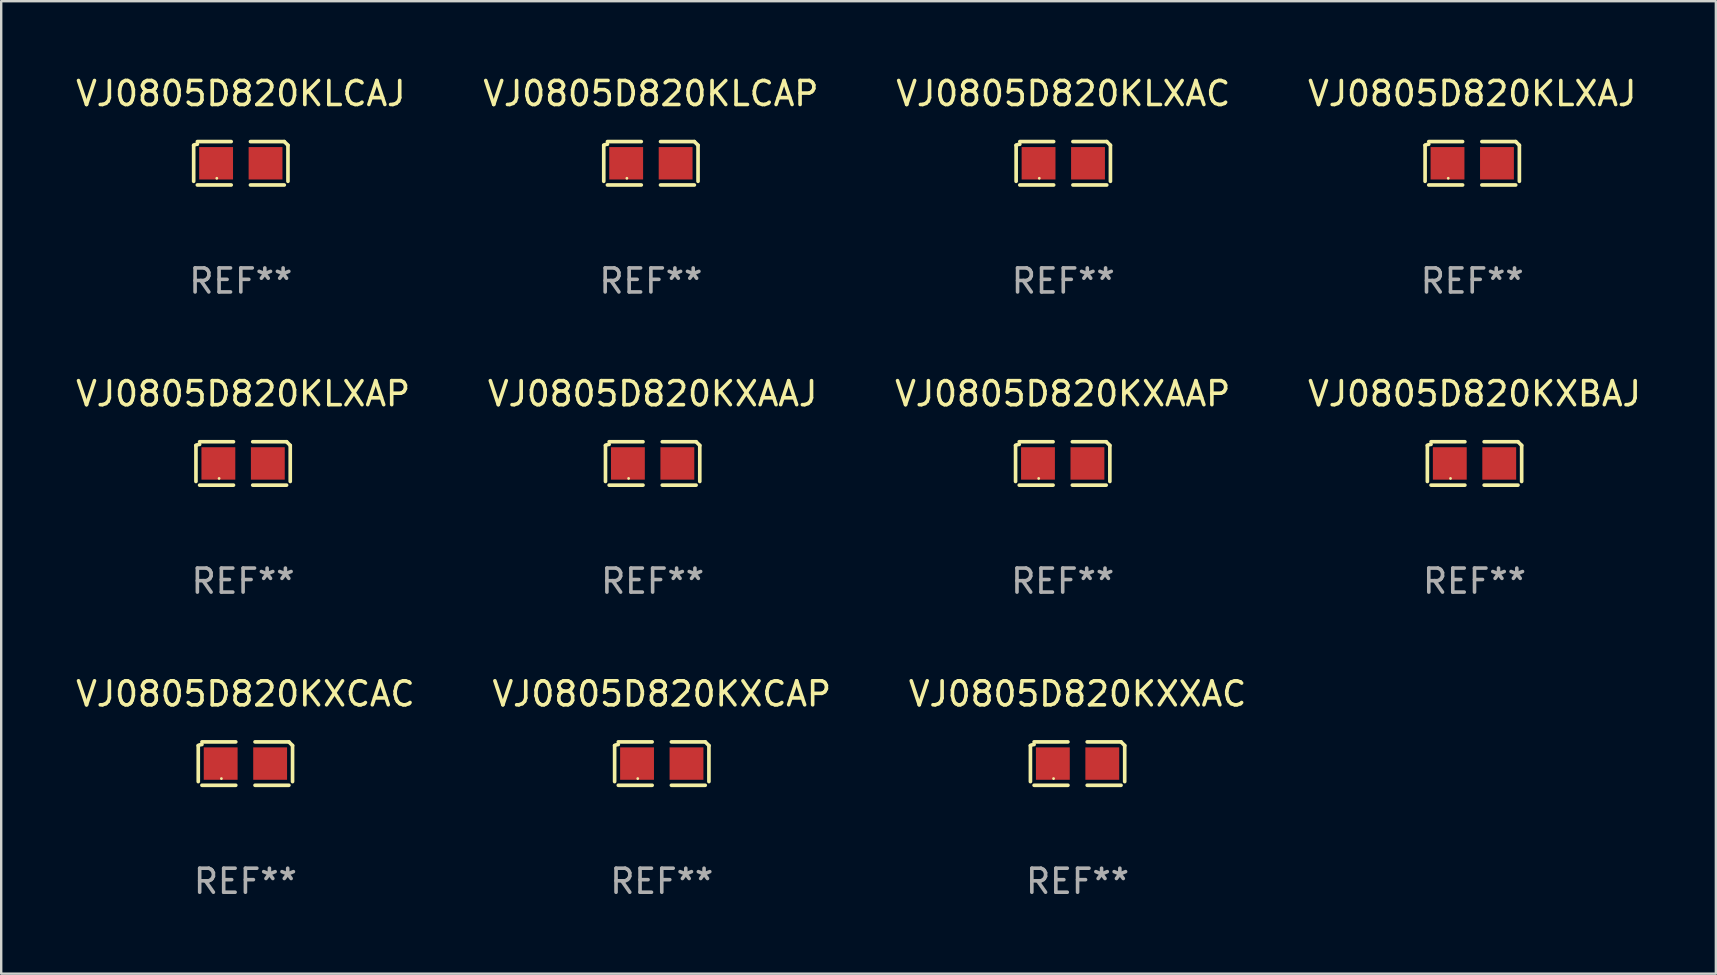
<source format=kicad_pcb>
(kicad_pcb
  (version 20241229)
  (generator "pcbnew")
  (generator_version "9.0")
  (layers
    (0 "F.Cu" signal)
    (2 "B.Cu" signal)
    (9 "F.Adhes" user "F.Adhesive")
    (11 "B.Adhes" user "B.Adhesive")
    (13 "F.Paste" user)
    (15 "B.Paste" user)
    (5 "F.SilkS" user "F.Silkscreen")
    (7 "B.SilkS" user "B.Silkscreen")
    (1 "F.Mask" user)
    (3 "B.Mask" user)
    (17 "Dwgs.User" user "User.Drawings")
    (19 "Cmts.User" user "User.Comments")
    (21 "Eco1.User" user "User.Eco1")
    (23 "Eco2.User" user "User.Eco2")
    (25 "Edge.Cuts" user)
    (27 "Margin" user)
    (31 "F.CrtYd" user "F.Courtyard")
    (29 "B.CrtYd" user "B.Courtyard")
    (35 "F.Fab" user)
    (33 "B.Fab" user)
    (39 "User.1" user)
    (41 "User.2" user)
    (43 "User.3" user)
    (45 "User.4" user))
  (footprint "VJ0805D820KXAAJ"
    (layer "F.Cu")
    (at 24.137 16.256)
    (property "Reference" "VJ0805D820KXAAJ" (at 0 -2.904 0) (layer "F.SilkS") (effects (font (size 1 1) (thickness 0.15))))
    (attr through_hole)
    (fp_line (start -1.964 0.751) (end -1.964 -0.751) (stroke (width 0.152) (type solid)) (layer "F.SilkS"))
    (fp_line (start -1.811 -0.904) (end -0.401 -0.904) (stroke (width 0.152) (type solid)) (layer "F.SilkS"))
    (fp_line (start -0.401 0.904) (end -1.811 0.904) (stroke (width 0.152) (type solid)) (layer "F.SilkS"))
    (fp_line (start 0.401 0.904) (end 1.811 0.904) (stroke (width 0.152) (type solid)) (layer "F.SilkS"))
    (fp_line (start 1.811 -0.904) (end 0.401 -0.904) (stroke (width 0.152) (type solid)) (layer "F.SilkS"))
    (fp_line (start 1.964 0.751) (end 1.964 -0.751) (stroke (width 0.152) (type solid)) (layer "F.SilkS"))
    (fp_arc (start -1.963602 -0.751207) (mid -1.890354 -0.783131) (end -1.811201 -0.794044) (stroke (width 0.1524) (type solid)) (layer "F.SilkS"))
    (fp_arc (start 1.811202 -0.903607) (mid 1.887413 -0.827418) (end 1.963602 -0.751207) (stroke (width 0.1524) (type solid)) (layer "F.SilkS"))
    (fp_circle (center -1 0.625) (end -0.97 0.625) (stroke (width 0.06) (type solid)) (fill no) (layer "F.SilkS"))
    (fp_text user "REF**" (at 0 4.904 0) (layer "F.Fab") (effects (font (size 1 1) (thickness 0.15))))
    (pad "1" smd rect (at -1.03 0) (size 1.41 1.35) (layers "F.Cu" "F.Mask" "F.Paste"))
    (pad "2" smd rect (at 1.03 0) (size 1.41 1.35) (layers "F.Cu" "F.Mask" "F.Paste")))
  (footprint "VJ0805D820KXAAP"
    (layer "F.Cu")
    (at 41.22 16.256)
    (property "Reference" "VJ0805D820KXAAP" (at 0 -2.904 0) (layer "F.SilkS") (effects (font (size 1 1) (thickness 0.15))))
    (attr through_hole)
    (fp_line (start -1.964 0.751) (end -1.964 -0.751) (stroke (width 0.152) (type solid)) (layer "F.SilkS"))
    (fp_line (start -1.811 -0.904) (end -0.401 -0.904) (stroke (width 0.152) (type solid)) (layer "F.SilkS"))
    (fp_line (start -0.401 0.904) (end -1.811 0.904) (stroke (width 0.152) (type solid)) (layer "F.SilkS"))
    (fp_line (start 0.401 0.904) (end 1.811 0.904) (stroke (width 0.152) (type solid)) (layer "F.SilkS"))
    (fp_line (start 1.811 -0.904) (end 0.401 -0.904) (stroke (width 0.152) (type solid)) (layer "F.SilkS"))
    (fp_line (start 1.964 0.751) (end 1.964 -0.751) (stroke (width 0.152) (type solid)) (layer "F.SilkS"))
    (fp_arc (start -1.963602 -0.751207) (mid -1.890354 -0.783131) (end -1.811201 -0.794044) (stroke (width 0.1524) (type solid)) (layer "F.SilkS"))
    (fp_arc (start 1.811202 -0.903607) (mid 1.887413 -0.827418) (end 1.963602 -0.751207) (stroke (width 0.1524) (type solid)) (layer "F.SilkS"))
    (fp_circle (center -1 0.625) (end -0.97 0.625) (stroke (width 0.06) (type solid)) (fill no) (layer "F.SilkS"))
    (fp_text user "REF**" (at 0 4.904 0) (layer "F.Fab") (effects (font (size 1 1) (thickness 0.15))))
    (pad "1" smd rect (at -1.03 0) (size 1.41 1.35) (layers "F.Cu" "F.Mask" "F.Paste"))
    (pad "2" smd rect (at 1.03 0) (size 1.41 1.35) (layers "F.Cu" "F.Mask" "F.Paste")))
  (footprint "VJ0805D820KXXAC"
    (layer "F.Cu")
    (at 41.839 28.759)
    (property "Reference" "VJ0805D820KXXAC" (at 0 -2.904 0) (layer "F.SilkS") (effects (font (size 1 1) (thickness 0.15))))
    (attr through_hole)
    (fp_line (start -1.964 0.751) (end -1.964 -0.751) (stroke (width 0.152) (type solid)) (layer "F.SilkS"))
    (fp_line (start -1.811 -0.904) (end -0.401 -0.904) (stroke (width 0.152) (type solid)) (layer "F.SilkS"))
    (fp_line (start -0.401 0.904) (end -1.811 0.904) (stroke (width 0.152) (type solid)) (layer "F.SilkS"))
    (fp_line (start 0.401 0.904) (end 1.811 0.904) (stroke (width 0.152) (type solid)) (layer "F.SilkS"))
    (fp_line (start 1.811 -0.904) (end 0.401 -0.904) (stroke (width 0.152) (type solid)) (layer "F.SilkS"))
    (fp_line (start 1.964 0.751) (end 1.964 -0.751) (stroke (width 0.152) (type solid)) (layer "F.SilkS"))
    (fp_arc (start -1.963602 -0.751207) (mid -1.890354 -0.783131) (end -1.811201 -0.794044) (stroke (width 0.1524) (type solid)) (layer "F.SilkS"))
    (fp_arc (start 1.811202 -0.903607) (mid 1.887413 -0.827418) (end 1.963602 -0.751207) (stroke (width 0.1524) (type solid)) (layer "F.SilkS"))
    (fp_circle (center -1 0.625) (end -0.97 0.625) (stroke (width 0.06) (type solid)) (fill no) (layer "F.SilkS"))
    (fp_text user "REF**" (at 0 4.904 0) (layer "F.Fab") (effects (font (size 1 1) (thickness 0.15))))
    (pad "1" smd rect (at -1.03 0) (size 1.41 1.35) (layers "F.Cu" "F.Mask" "F.Paste"))
    (pad "2" smd rect (at 1.03 0) (size 1.41 1.35) (layers "F.Cu" "F.Mask" "F.Paste")))
  (footprint "VJ0805D820KXBAJ"
    (layer "F.Cu")
    (at 58.375 16.256)
    (property "Reference" "VJ0805D820KXBAJ" (at 0 -2.904 0) (layer "F.SilkS") (effects (font (size 1 1) (thickness 0.15))))
    (attr through_hole)
    (fp_line (start -1.964 0.751) (end -1.964 -0.751) (stroke (width 0.152) (type solid)) (layer "F.SilkS"))
    (fp_line (start -1.811 -0.904) (end -0.401 -0.904) (stroke (width 0.152) (type solid)) (layer "F.SilkS"))
    (fp_line (start -0.401 0.904) (end -1.811 0.904) (stroke (width 0.152) (type solid)) (layer "F.SilkS"))
    (fp_line (start 0.401 0.904) (end 1.811 0.904) (stroke (width 0.152) (type solid)) (layer "F.SilkS"))
    (fp_line (start 1.811 -0.904) (end 0.401 -0.904) (stroke (width 0.152) (type solid)) (layer "F.SilkS"))
    (fp_line (start 1.964 0.751) (end 1.964 -0.751) (stroke (width 0.152) (type solid)) (layer "F.SilkS"))
    (fp_arc (start -1.963602 -0.751207) (mid -1.890354 -0.783131) (end -1.811201 -0.794044) (stroke (width 0.1524) (type solid)) (layer "F.SilkS"))
    (fp_arc (start 1.811202 -0.903607) (mid 1.887413 -0.827418) (end 1.963602 -0.751207) (stroke (width 0.1524) (type solid)) (layer "F.SilkS"))
    (fp_circle (center -1 0.625) (end -0.97 0.625) (stroke (width 0.06) (type solid)) (fill no) (layer "F.SilkS"))
    (fp_text user "REF**" (at 0 4.904 0) (layer "F.Fab") (effects (font (size 1 1) (thickness 0.15))))
    (pad "1" smd rect (at -1.03 0) (size 1.41 1.35) (layers "F.Cu" "F.Mask" "F.Paste"))
    (pad "2" smd rect (at 1.03 0) (size 1.41 1.35) (layers "F.Cu" "F.Mask" "F.Paste")))
  (footprint "VJ0805D820KLCAJ"
    (layer "F.Cu")
    (at 6.982 3.752)
    (property "Reference" "VJ0805D820KLCAJ" (at 0 -2.904 0) (layer "F.SilkS") (effects (font (size 1 1) (thickness 0.15))))
    (attr through_hole)
    (fp_line (start -1.964 0.751) (end -1.964 -0.751) (stroke (width 0.152) (type solid)) (layer "F.SilkS"))
    (fp_line (start -1.811 -0.904) (end -0.401 -0.904) (stroke (width 0.152) (type solid)) (layer "F.SilkS"))
    (fp_line (start -0.401 0.904) (end -1.811 0.904) (stroke (width 0.152) (type solid)) (layer "F.SilkS"))
    (fp_line (start 0.401 0.904) (end 1.811 0.904) (stroke (width 0.152) (type solid)) (layer "F.SilkS"))
    (fp_line (start 1.811 -0.904) (end 0.401 -0.904) (stroke (width 0.152) (type solid)) (layer "F.SilkS"))
    (fp_line (start 1.964 0.751) (end 1.964 -0.751) (stroke (width 0.152) (type solid)) (layer "F.SilkS"))
    (fp_arc (start -1.963602 -0.751207) (mid -1.890354 -0.783131) (end -1.811201 -0.794044) (stroke (width 0.1524) (type solid)) (layer "F.SilkS"))
    (fp_arc (start 1.811202 -0.903607) (mid 1.887413 -0.827418) (end 1.963602 -0.751207) (stroke (width 0.1524) (type solid)) (layer "F.SilkS"))
    (fp_circle (center -1 0.625) (end -0.97 0.625) (stroke (width 0.06) (type solid)) (fill no) (layer "F.SilkS"))
    (fp_text user "REF**" (at 0 4.904 0) (layer "F.Fab") (effects (font (size 1 1) (thickness 0.15))))
    (pad "1" smd rect (at -1.03 0) (size 1.41 1.35) (layers "F.Cu" "F.Mask" "F.Paste"))
    (pad "2" smd rect (at 1.03 0) (size 1.41 1.35) (layers "F.Cu" "F.Mask" "F.Paste")))
  (footprint "VJ0805D820KLCAP"
    (layer "F.Cu")
    (at 24.065 3.752)
    (property "Reference" "VJ0805D820KLCAP" (at 0 -2.904 0) (layer "F.SilkS") (effects (font (size 1 1) (thickness 0.15))))
    (attr through_hole)
    (fp_line (start -1.964 0.751) (end -1.964 -0.751) (stroke (width 0.152) (type solid)) (layer "F.SilkS"))
    (fp_line (start -1.811 -0.904) (end -0.401 -0.904) (stroke (width 0.152) (type solid)) (layer "F.SilkS"))
    (fp_line (start -0.401 0.904) (end -1.811 0.904) (stroke (width 0.152) (type solid)) (layer "F.SilkS"))
    (fp_line (start 0.401 0.904) (end 1.811 0.904) (stroke (width 0.152) (type solid)) (layer "F.SilkS"))
    (fp_line (start 1.811 -0.904) (end 0.401 -0.904) (stroke (width 0.152) (type solid)) (layer "F.SilkS"))
    (fp_line (start 1.964 0.751) (end 1.964 -0.751) (stroke (width 0.152) (type solid)) (layer "F.SilkS"))
    (fp_arc (start -1.963602 -0.751207) (mid -1.890354 -0.783131) (end -1.811201 -0.794044) (stroke (width 0.1524) (type solid)) (layer "F.SilkS"))
    (fp_arc (start 1.811202 -0.903607) (mid 1.887413 -0.827418) (end 1.963602 -0.751207) (stroke (width 0.1524) (type solid)) (layer "F.SilkS"))
    (fp_circle (center -1 0.625) (end -0.97 0.625) (stroke (width 0.06) (type solid)) (fill no) (layer "F.SilkS"))
    (fp_text user "REF**" (at 0 4.904 0) (layer "F.Fab") (effects (font (size 1 1) (thickness 0.15))))
    (pad "1" smd rect (at -1.03 0) (size 1.41 1.35) (layers "F.Cu" "F.Mask" "F.Paste"))
    (pad "2" smd rect (at 1.03 0) (size 1.41 1.35) (layers "F.Cu" "F.Mask" "F.Paste")))
  (footprint "VJ0805D820KLXAC"
    (layer "F.Cu")
    (at 41.244 3.752)
    (property "Reference" "VJ0805D820KLXAC" (at 0 -2.904 0) (layer "F.SilkS") (effects (font (size 1 1) (thickness 0.15))))
    (attr through_hole)
    (fp_line (start -1.964 0.751) (end -1.964 -0.751) (stroke (width 0.152) (type solid)) (layer "F.SilkS"))
    (fp_line (start -1.811 -0.904) (end -0.401 -0.904) (stroke (width 0.152) (type solid)) (layer "F.SilkS"))
    (fp_line (start -0.401 0.904) (end -1.811 0.904) (stroke (width 0.152) (type solid)) (layer "F.SilkS"))
    (fp_line (start 0.401 0.904) (end 1.811 0.904) (stroke (width 0.152) (type solid)) (layer "F.SilkS"))
    (fp_line (start 1.811 -0.904) (end 0.401 -0.904) (stroke (width 0.152) (type solid)) (layer "F.SilkS"))
    (fp_line (start 1.964 0.751) (end 1.964 -0.751) (stroke (width 0.152) (type solid)) (layer "F.SilkS"))
    (fp_arc (start -1.963602 -0.751207) (mid -1.890354 -0.783131) (end -1.811201 -0.794044) (stroke (width 0.1524) (type solid)) (layer "F.SilkS"))
    (fp_arc (start 1.811202 -0.903607) (mid 1.887413 -0.827418) (end 1.963602 -0.751207) (stroke (width 0.1524) (type solid)) (layer "F.SilkS"))
    (fp_circle (center -1 0.625) (end -0.97 0.625) (stroke (width 0.06) (type solid)) (fill no) (layer "F.SilkS"))
    (fp_text user "REF**" (at 0 4.904 0) (layer "F.Fab") (effects (font (size 1 1) (thickness 0.15))))
    (pad "1" smd rect (at -1.03 0) (size 1.41 1.35) (layers "F.Cu" "F.Mask" "F.Paste"))
    (pad "2" smd rect (at 1.03 0) (size 1.41 1.35) (layers "F.Cu" "F.Mask" "F.Paste")))
  (footprint "VJ0805D820KLXAJ"
    (layer "F.Cu")
    (at 58.28 3.752)
    (property "Reference" "VJ0805D820KLXAJ" (at 0 -2.904 0) (layer "F.SilkS") (effects (font (size 1 1) (thickness 0.15))))
    (attr through_hole)
    (fp_line (start -1.964 0.751) (end -1.964 -0.751) (stroke (width 0.152) (type solid)) (layer "F.SilkS"))
    (fp_line (start -1.811 -0.904) (end -0.401 -0.904) (stroke (width 0.152) (type solid)) (layer "F.SilkS"))
    (fp_line (start -0.401 0.904) (end -1.811 0.904) (stroke (width 0.152) (type solid)) (layer "F.SilkS"))
    (fp_line (start 0.401 0.904) (end 1.811 0.904) (stroke (width 0.152) (type solid)) (layer "F.SilkS"))
    (fp_line (start 1.811 -0.904) (end 0.401 -0.904) (stroke (width 0.152) (type solid)) (layer "F.SilkS"))
    (fp_line (start 1.964 0.751) (end 1.964 -0.751) (stroke (width 0.152) (type solid)) (layer "F.SilkS"))
    (fp_arc (start -1.963602 -0.751207) (mid -1.890354 -0.783131) (end -1.811201 -0.794044) (stroke (width 0.1524) (type solid)) (layer "F.SilkS"))
    (fp_arc (start 1.811202 -0.903607) (mid 1.887413 -0.827418) (end 1.963602 -0.751207) (stroke (width 0.1524) (type solid)) (layer "F.SilkS"))
    (fp_circle (center -1 0.625) (end -0.97 0.625) (stroke (width 0.06) (type solid)) (fill no) (layer "F.SilkS"))
    (fp_text user "REF**" (at 0 4.904 0) (layer "F.Fab") (effects (font (size 1 1) (thickness 0.15))))
    (pad "1" smd rect (at -1.03 0) (size 1.41 1.35) (layers "F.Cu" "F.Mask" "F.Paste"))
    (pad "2" smd rect (at 1.03 0) (size 1.41 1.35) (layers "F.Cu" "F.Mask" "F.Paste")))
  (footprint "VJ0805D820KXCAP"
    (layer "F.Cu")
    (at 24.518 28.759)
    (property "Reference" "VJ0805D820KXCAP" (at 0 -2.904 0) (layer "F.SilkS") (effects (font (size 1 1) (thickness 0.15))))
    (attr through_hole)
    (fp_line (start -1.964 0.751) (end -1.964 -0.751) (stroke (width 0.152) (type solid)) (layer "F.SilkS"))
    (fp_line (start -1.811 -0.904) (end -0.401 -0.904) (stroke (width 0.152) (type solid)) (layer "F.SilkS"))
    (fp_line (start -0.401 0.904) (end -1.811 0.904) (stroke (width 0.152) (type solid)) (layer "F.SilkS"))
    (fp_line (start 0.401 0.904) (end 1.811 0.904) (stroke (width 0.152) (type solid)) (layer "F.SilkS"))
    (fp_line (start 1.811 -0.904) (end 0.401 -0.904) (stroke (width 0.152) (type solid)) (layer "F.SilkS"))
    (fp_line (start 1.964 0.751) (end 1.964 -0.751) (stroke (width 0.152) (type solid)) (layer "F.SilkS"))
    (fp_arc (start -1.963602 -0.751207) (mid -1.890354 -0.783131) (end -1.811201 -0.794044) (stroke (width 0.1524) (type solid)) (layer "F.SilkS"))
    (fp_arc (start 1.811202 -0.903607) (mid 1.887413 -0.827418) (end 1.963602 -0.751207) (stroke (width 0.1524) (type solid)) (layer "F.SilkS"))
    (fp_circle (center -1 0.625) (end -0.97 0.625) (stroke (width 0.06) (type solid)) (fill no) (layer "F.SilkS"))
    (fp_text user "REF**" (at 0 4.904 0) (layer "F.Fab") (effects (font (size 1 1) (thickness 0.15))))
    (pad "1" smd rect (at -1.03 0) (size 1.41 1.35) (layers "F.Cu" "F.Mask" "F.Paste"))
    (pad "2" smd rect (at 1.03 0) (size 1.41 1.35) (layers "F.Cu" "F.Mask" "F.Paste")))
  (footprint "VJ0805D820KLXAP"
    (layer "F.Cu")
    (at 7.077 16.256)
    (property "Reference" "VJ0805D820KLXAP" (at 0 -2.904 0) (layer "F.SilkS") (effects (font (size 1 1) (thickness 0.15))))
    (attr through_hole)
    (fp_line (start -1.964 0.751) (end -1.964 -0.751) (stroke (width 0.152) (type solid)) (layer "F.SilkS"))
    (fp_line (start -1.811 -0.904) (end -0.401 -0.904) (stroke (width 0.152) (type solid)) (layer "F.SilkS"))
    (fp_line (start -0.401 0.904) (end -1.811 0.904) (stroke (width 0.152) (type solid)) (layer "F.SilkS"))
    (fp_line (start 0.401 0.904) (end 1.811 0.904) (stroke (width 0.152) (type solid)) (layer "F.SilkS"))
    (fp_line (start 1.811 -0.904) (end 0.401 -0.904) (stroke (width 0.152) (type solid)) (layer "F.SilkS"))
    (fp_line (start 1.964 0.751) (end 1.964 -0.751) (stroke (width 0.152) (type solid)) (layer "F.SilkS"))
    (fp_arc (start -1.963602 -0.751207) (mid -1.890354 -0.783131) (end -1.811201 -0.794044) (stroke (width 0.1524) (type solid)) (layer "F.SilkS"))
    (fp_arc (start 1.811202 -0.903607) (mid 1.887413 -0.827418) (end 1.963602 -0.751207) (stroke (width 0.1524) (type solid)) (layer "F.SilkS"))
    (fp_circle (center -1 0.625) (end -0.97 0.625) (stroke (width 0.06) (type solid)) (fill no) (layer "F.SilkS"))
    (fp_text user "REF**" (at 0 4.904 0) (layer "F.Fab") (effects (font (size 1 1) (thickness 0.15))))
    (pad "1" smd rect (at -1.03 0) (size 1.41 1.35) (layers "F.Cu" "F.Mask" "F.Paste"))
    (pad "2" smd rect (at 1.03 0) (size 1.41 1.35) (layers "F.Cu" "F.Mask" "F.Paste")))
  (footprint "VJ0805D820KXCAC"
    (layer "F.Cu")
    (at 7.173 28.759)
    (property "Reference" "VJ0805D820KXCAC" (at 0 -2.904 0) (layer "F.SilkS") (effects (font (size 1 1) (thickness 0.15))))
    (attr through_hole)
    (fp_line (start -1.964 0.751) (end -1.964 -0.751) (stroke (width 0.152) (type solid)) (layer "F.SilkS"))
    (fp_line (start -1.811 -0.904) (end -0.401 -0.904) (stroke (width 0.152) (type solid)) (layer "F.SilkS"))
    (fp_line (start -0.401 0.904) (end -1.811 0.904) (stroke (width 0.152) (type solid)) (layer "F.SilkS"))
    (fp_line (start 0.401 0.904) (end 1.811 0.904) (stroke (width 0.152) (type solid)) (layer "F.SilkS"))
    (fp_line (start 1.811 -0.904) (end 0.401 -0.904) (stroke (width 0.152) (type solid)) (layer "F.SilkS"))
    (fp_line (start 1.964 0.751) (end 1.964 -0.751) (stroke (width 0.152) (type solid)) (layer "F.SilkS"))
    (fp_arc (start -1.963602 -0.751207) (mid -1.890354 -0.783131) (end -1.811201 -0.794044) (stroke (width 0.1524) (type solid)) (layer "F.SilkS"))
    (fp_arc (start 1.811202 -0.903607) (mid 1.887413 -0.827418) (end 1.963602 -0.751207) (stroke (width 0.1524) (type solid)) (layer "F.SilkS"))
    (fp_circle (center -1 0.625) (end -0.97 0.625) (stroke (width 0.06) (type solid)) (fill no) (layer "F.SilkS"))
    (fp_text user "REF**" (at 0 4.904 0) (layer "F.Fab") (effects (font (size 1 1) (thickness 0.15))))
    (pad "1" smd rect (at -1.03 0) (size 1.41 1.35) (layers "F.Cu" "F.Mask" "F.Paste"))
    (pad "2" smd rect (at 1.03 0) (size 1.41 1.35) (layers "F.Cu" "F.Mask" "F.Paste")))
  (gr_rect
    (start -3 -3)
    (end 68.429 37.511)
    (stroke (width 0.1) (type default))
    (fill no)
    (layer "Edge.Cuts")))
</source>
